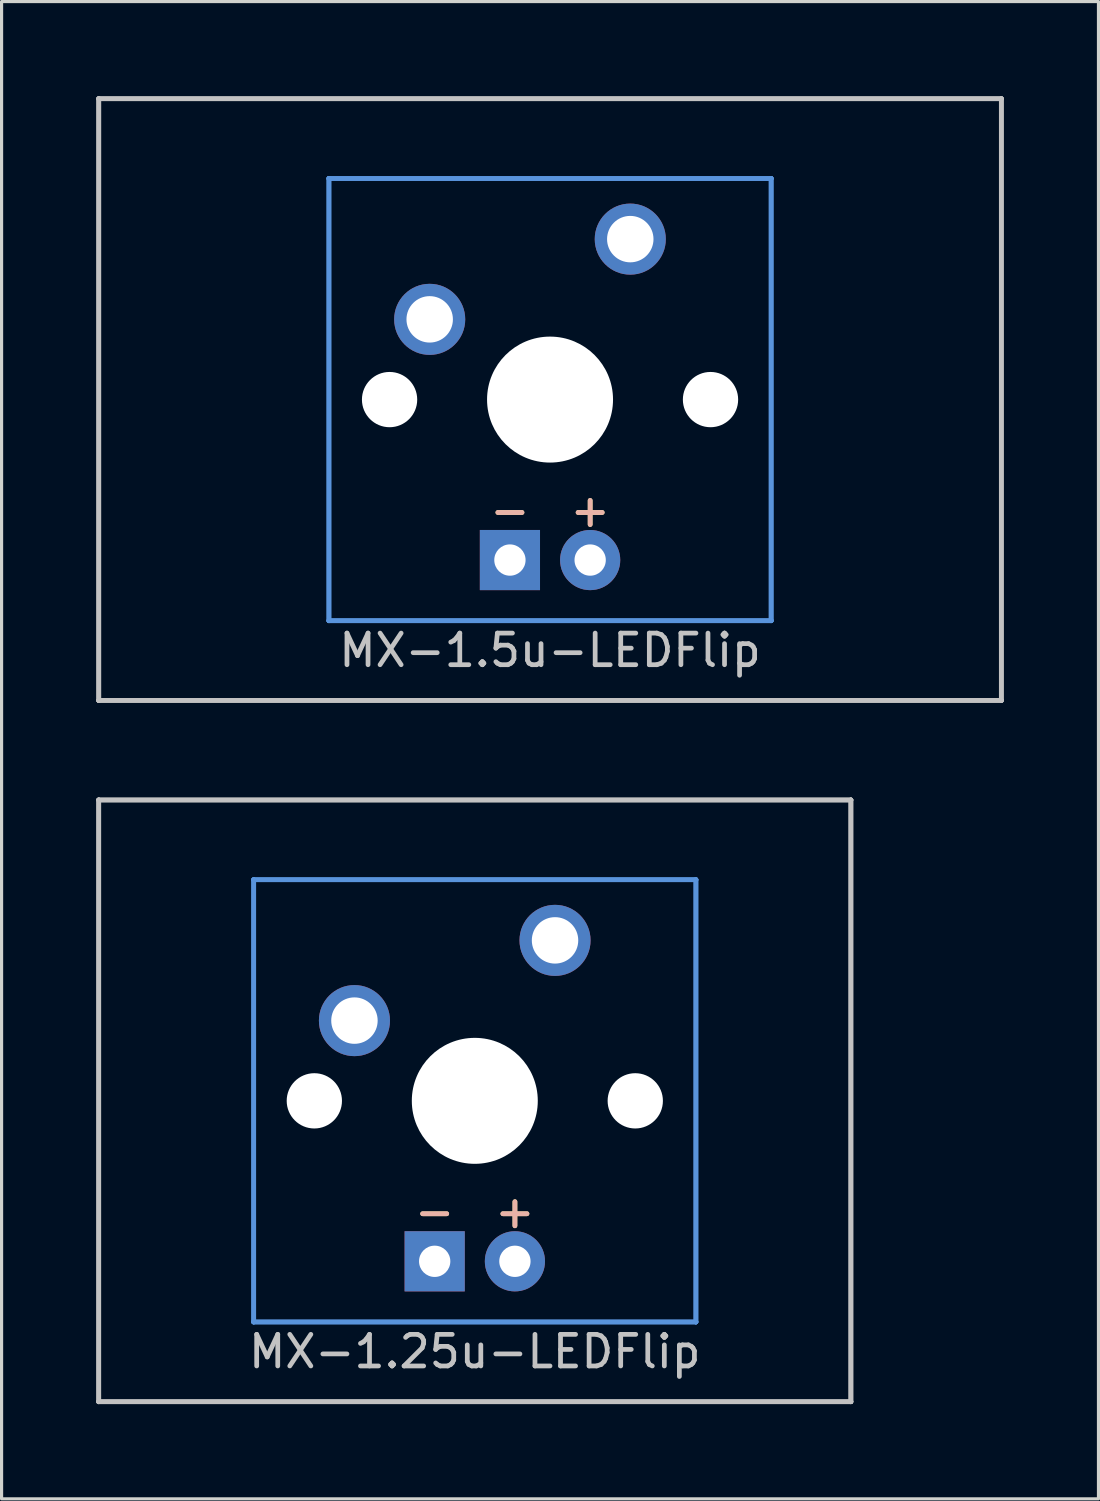
<source format=kicad_pcb>
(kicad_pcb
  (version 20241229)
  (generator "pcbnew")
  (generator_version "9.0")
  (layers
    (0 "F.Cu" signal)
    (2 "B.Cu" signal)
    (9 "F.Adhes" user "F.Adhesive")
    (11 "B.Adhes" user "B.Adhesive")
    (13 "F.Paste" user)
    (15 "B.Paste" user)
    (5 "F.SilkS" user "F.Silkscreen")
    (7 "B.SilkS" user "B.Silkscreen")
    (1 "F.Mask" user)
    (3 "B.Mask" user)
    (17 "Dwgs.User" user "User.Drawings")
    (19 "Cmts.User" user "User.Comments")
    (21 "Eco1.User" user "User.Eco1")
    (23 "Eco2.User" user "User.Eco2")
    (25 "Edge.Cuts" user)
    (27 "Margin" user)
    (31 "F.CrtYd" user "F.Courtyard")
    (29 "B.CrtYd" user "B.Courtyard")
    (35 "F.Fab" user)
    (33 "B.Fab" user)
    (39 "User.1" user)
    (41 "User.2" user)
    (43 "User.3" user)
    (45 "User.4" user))
  (footprint "MX-1.25u-LEDFlip"
    (layer "F.Cu")
    (at 11.981 31.8)
    (property "Reference" "MX-1.25u-LEDFlip" (at 0 7.938 0) (layer "Dwgs.User") (effects (font (size 1 1) (thickness 0.15))))
    (attr through_hole)
    (fp_line (start -11.906 -9.525) (end -11.906 -9.525) (stroke (width 0.15) (type solid)) (layer "Dwgs.User"))
    (fp_line (start -11.906 -9.525) (end -11.906 -9.525) (stroke (width 0.15) (type solid)) (layer "Dwgs.User"))
    (fp_line (start -11.906 -9.525) (end -11.906 9.525) (stroke (width 0.15) (type solid)) (layer "Dwgs.User"))
    (fp_line (start -11.906 -9.525) (end 11.906 -9.525) (stroke (width 0.15) (type solid)) (layer "Dwgs.User"))
    (fp_line (start -11.906 9.525) (end -11.906 -9.525) (stroke (width 0.15) (type solid)) (layer "Dwgs.User"))
    (fp_line (start -11.906 9.525) (end -11.906 9.525) (stroke (width 0.15) (type solid)) (layer "Dwgs.User"))
    (fp_line (start -11.906 9.525) (end -11.906 9.525) (stroke (width 0.15) (type solid)) (layer "Dwgs.User"))
    (fp_line (start -11.906 9.525) (end 11.906 9.525) (stroke (width 0.15) (type solid)) (layer "Dwgs.User"))
    (fp_line (start 11.906 -9.525) (end -11.906 -9.525) (stroke (width 0.15) (type solid)) (layer "Dwgs.User"))
    (fp_line (start 11.906 -9.525) (end 11.906 -9.525) (stroke (width 0.15) (type solid)) (layer "Dwgs.User"))
    (fp_line (start 11.906 -9.525) (end 11.906 -9.525) (stroke (width 0.15) (type solid)) (layer "Dwgs.User"))
    (fp_line (start 11.906 -9.525) (end 11.906 9.525) (stroke (width 0.15) (type solid)) (layer "Dwgs.User"))
    (fp_line (start 11.906 9.525) (end -11.906 9.525) (stroke (width 0.15) (type solid)) (layer "Dwgs.User"))
    (fp_line (start 11.906 9.525) (end 11.906 -9.525) (stroke (width 0.15) (type solid)) (layer "Dwgs.User"))
    (fp_line (start 11.906 9.525) (end 11.906 9.525) (stroke (width 0.15) (type solid)) (layer "Dwgs.User"))
    (fp_line (start 11.906 9.525) (end 11.906 9.525) (stroke (width 0.15) (type solid)) (layer "Dwgs.User"))
    (fp_line (start -7 -7) (end -7 -7) (stroke (width 0.15) (type solid)) (layer "Cmts.User"))
    (fp_line (start -7 -7) (end -7 -7) (stroke (width 0.15) (type solid)) (layer "Cmts.User"))
    (fp_line (start -7 -7) (end -7 7) (stroke (width 0.15) (type solid)) (layer "Cmts.User"))
    (fp_line (start -7 -7) (end 7 -7) (stroke (width 0.15) (type solid)) (layer "Cmts.User"))
    (fp_line (start -7 7) (end -7 -7) (stroke (width 0.15) (type solid)) (layer "Cmts.User"))
    (fp_line (start -7 7) (end -7 7) (stroke (width 0.15) (type solid)) (layer "Cmts.User"))
    (fp_line (start -7 7) (end -7 7) (stroke (width 0.15) (type solid)) (layer "Cmts.User"))
    (fp_line (start -7 7) (end 7 7) (stroke (width 0.15) (type solid)) (layer "Cmts.User"))
    (fp_line (start 7 -7) (end -7 -7) (stroke (width 0.15) (type solid)) (layer "Cmts.User"))
    (fp_line (start 7 -7) (end 7 -7) (stroke (width 0.15) (type solid)) (layer "Cmts.User"))
    (fp_line (start 7 -7) (end 7 -7) (stroke (width 0.15) (type solid)) (layer "Cmts.User"))
    (fp_line (start 7 -7) (end 7 7) (stroke (width 0.15) (type solid)) (layer "Cmts.User"))
    (fp_line (start 7 7) (end -7 7) (stroke (width 0.15) (type solid)) (layer "Cmts.User"))
    (fp_line (start 7 7) (end 7 -7) (stroke (width 0.15) (type solid)) (layer "Cmts.User"))
    (fp_line (start 7 7) (end 7 7) (stroke (width 0.15) (type solid)) (layer "Cmts.User"))
    (fp_line (start 7 7) (end 7 7) (stroke (width 0.15) (type solid)) (layer "Cmts.User"))
    (fp_text user "-" (at -1.27 3.5 0) (layer "F.SilkS") (effects (font (size 1 1) (thickness 0.15))))
    (fp_text user "+" (at 1.27 3.5 0) (layer "F.SilkS") (effects (font (size 1 1) (thickness 0.15))))
    (fp_text user "+" (at 1.27 3.5 0) (layer "B.SilkS") (effects (font (size 1 1) (thickness 0.15))))
    (fp_text user "-" (at -1.27 3.5 0) (layer "B.SilkS") (effects (font (size 1 1) (thickness 0.15))))
    (pad "" np_thru_hole circle (at -5.08 0) (size 1.75 1.75) (drill 1.75) (layers "*.Cu" "*.Mask"))
    (pad "" np_thru_hole circle (at 0 0) (size 3.988 3.988) (drill 3.988) (layers "*.Cu" "*.Mask"))
    (pad "" np_thru_hole circle (at 5.08 0) (size 1.75 1.75) (drill 1.75) (layers "*.Cu" "*.Mask"))
    (pad "1" thru_hole circle (at -3.81 -2.54) (size 2.25 2.25) (drill 1.47) (layers "*.Cu" "*.Mask"))
    (pad "2" thru_hole circle (at 2.54 -5.08) (size 2.25 2.25) (drill 1.47) (layers "*.Cu" "*.Mask"))
    (pad "3" thru_hole circle (at 1.27 5.08) (size 1.905 1.905) (drill 0.991) (layers "*.Cu" "*.Mask"))
    (pad "4" thru_hole rect (at -1.27 5.08) (size 1.905 1.905) (drill 0.991) (layers "*.Cu" "*.Mask")))
  (footprint "MX-1.5u-LEDFlip"
    (layer "F.Cu")
    (at 14.363 9.6)
    (property "Reference" "MX-1.5u-LEDFlip" (at 0 7.938 0) (layer "Dwgs.User") (effects (font (size 1 1) (thickness 0.15))))
    (attr through_hole)
    (fp_line (start -14.287 -9.525) (end -14.287 -9.525) (stroke (width 0.15) (type solid)) (layer "Dwgs.User"))
    (fp_line (start -14.287 -9.525) (end -14.287 -9.525) (stroke (width 0.15) (type solid)) (layer "Dwgs.User"))
    (fp_line (start -14.287 -9.525) (end -14.287 9.525) (stroke (width 0.15) (type solid)) (layer "Dwgs.User"))
    (fp_line (start -14.287 -9.525) (end 14.287 -9.525) (stroke (width 0.15) (type solid)) (layer "Dwgs.User"))
    (fp_line (start -14.287 9.525) (end -14.287 -9.525) (stroke (width 0.15) (type solid)) (layer "Dwgs.User"))
    (fp_line (start -14.287 9.525) (end -14.287 9.525) (stroke (width 0.15) (type solid)) (layer "Dwgs.User"))
    (fp_line (start -14.287 9.525) (end -14.287 9.525) (stroke (width 0.15) (type solid)) (layer "Dwgs.User"))
    (fp_line (start -14.287 9.525) (end 14.287 9.525) (stroke (width 0.15) (type solid)) (layer "Dwgs.User"))
    (fp_line (start 14.287 -9.525) (end -14.287 -9.525) (stroke (width 0.15) (type solid)) (layer "Dwgs.User"))
    (fp_line (start 14.287 -9.525) (end 14.287 -9.525) (stroke (width 0.15) (type solid)) (layer "Dwgs.User"))
    (fp_line (start 14.287 -9.525) (end 14.287 -9.525) (stroke (width 0.15) (type solid)) (layer "Dwgs.User"))
    (fp_line (start 14.287 -9.525) (end 14.287 9.525) (stroke (width 0.15) (type solid)) (layer "Dwgs.User"))
    (fp_line (start 14.287 9.525) (end -14.287 9.525) (stroke (width 0.15) (type solid)) (layer "Dwgs.User"))
    (fp_line (start 14.287 9.525) (end 14.287 -9.525) (stroke (width 0.15) (type solid)) (layer "Dwgs.User"))
    (fp_line (start 14.287 9.525) (end 14.287 9.525) (stroke (width 0.15) (type solid)) (layer "Dwgs.User"))
    (fp_line (start 14.287 9.525) (end 14.287 9.525) (stroke (width 0.15) (type solid)) (layer "Dwgs.User"))
    (fp_line (start -7 -7) (end -7 -7) (stroke (width 0.15) (type solid)) (layer "Cmts.User"))
    (fp_line (start -7 -7) (end -7 -7) (stroke (width 0.15) (type solid)) (layer "Cmts.User"))
    (fp_line (start -7 -7) (end -7 7) (stroke (width 0.15) (type solid)) (layer "Cmts.User"))
    (fp_line (start -7 -7) (end 7 -7) (stroke (width 0.15) (type solid)) (layer "Cmts.User"))
    (fp_line (start -7 7) (end -7 -7) (stroke (width 0.15) (type solid)) (layer "Cmts.User"))
    (fp_line (start -7 7) (end -7 7) (stroke (width 0.15) (type solid)) (layer "Cmts.User"))
    (fp_line (start -7 7) (end -7 7) (stroke (width 0.15) (type solid)) (layer "Cmts.User"))
    (fp_line (start -7 7) (end 7 7) (stroke (width 0.15) (type solid)) (layer "Cmts.User"))
    (fp_line (start 7 -7) (end -7 -7) (stroke (width 0.15) (type solid)) (layer "Cmts.User"))
    (fp_line (start 7 -7) (end 7 -7) (stroke (width 0.15) (type solid)) (layer "Cmts.User"))
    (fp_line (start 7 -7) (end 7 -7) (stroke (width 0.15) (type solid)) (layer "Cmts.User"))
    (fp_line (start 7 -7) (end 7 7) (stroke (width 0.15) (type solid)) (layer "Cmts.User"))
    (fp_line (start 7 7) (end -7 7) (stroke (width 0.15) (type solid)) (layer "Cmts.User"))
    (fp_line (start 7 7) (end 7 -7) (stroke (width 0.15) (type solid)) (layer "Cmts.User"))
    (fp_line (start 7 7) (end 7 7) (stroke (width 0.15) (type solid)) (layer "Cmts.User"))
    (fp_line (start 7 7) (end 7 7) (stroke (width 0.15) (type solid)) (layer "Cmts.User"))
    (fp_text user "+" (at 1.27 3.5 0) (layer "F.SilkS") (effects (font (size 1 1) (thickness 0.15))))
    (fp_text user "-" (at -1.27 3.5 0) (layer "F.SilkS") (effects (font (size 1 1) (thickness 0.15))))
    (fp_text user "+" (at 1.27 3.5 0) (layer "B.SilkS") (effects (font (size 1 1) (thickness 0.15))))
    (fp_text user "-" (at -1.27 3.5 0) (layer "B.SilkS") (effects (font (size 1 1) (thickness 0.15))))
    (pad "" np_thru_hole circle (at -5.08 0) (size 1.75 1.75) (drill 1.75) (layers "*.Cu" "*.Mask"))
    (pad "" np_thru_hole circle (at 0 0) (size 3.988 3.988) (drill 3.988) (layers "*.Cu" "*.Mask"))
    (pad "" np_thru_hole circle (at 5.08 0) (size 1.75 1.75) (drill 1.75) (layers "*.Cu" "*.Mask"))
    (pad "1" thru_hole circle (at -3.81 -2.54) (size 2.25 2.25) (drill 1.47) (layers "*.Cu" "*.Mask"))
    (pad "2" thru_hole circle (at 2.54 -5.08) (size 2.25 2.25) (drill 1.47) (layers "*.Cu" "*.Mask"))
    (pad "3" thru_hole circle (at 1.27 5.08) (size 1.905 1.905) (drill 0.991) (layers "*.Cu" "*.Mask"))
    (pad "4" thru_hole rect (at -1.27 5.08) (size 1.905 1.905) (drill 0.991) (layers "*.Cu" "*.Mask")))
  (gr_rect
    (start -3 -3)
    (end 31.725 44.4)
    (stroke (width 0.1) (type default))
    (fill no)
    (layer "Edge.Cuts")))
</source>
